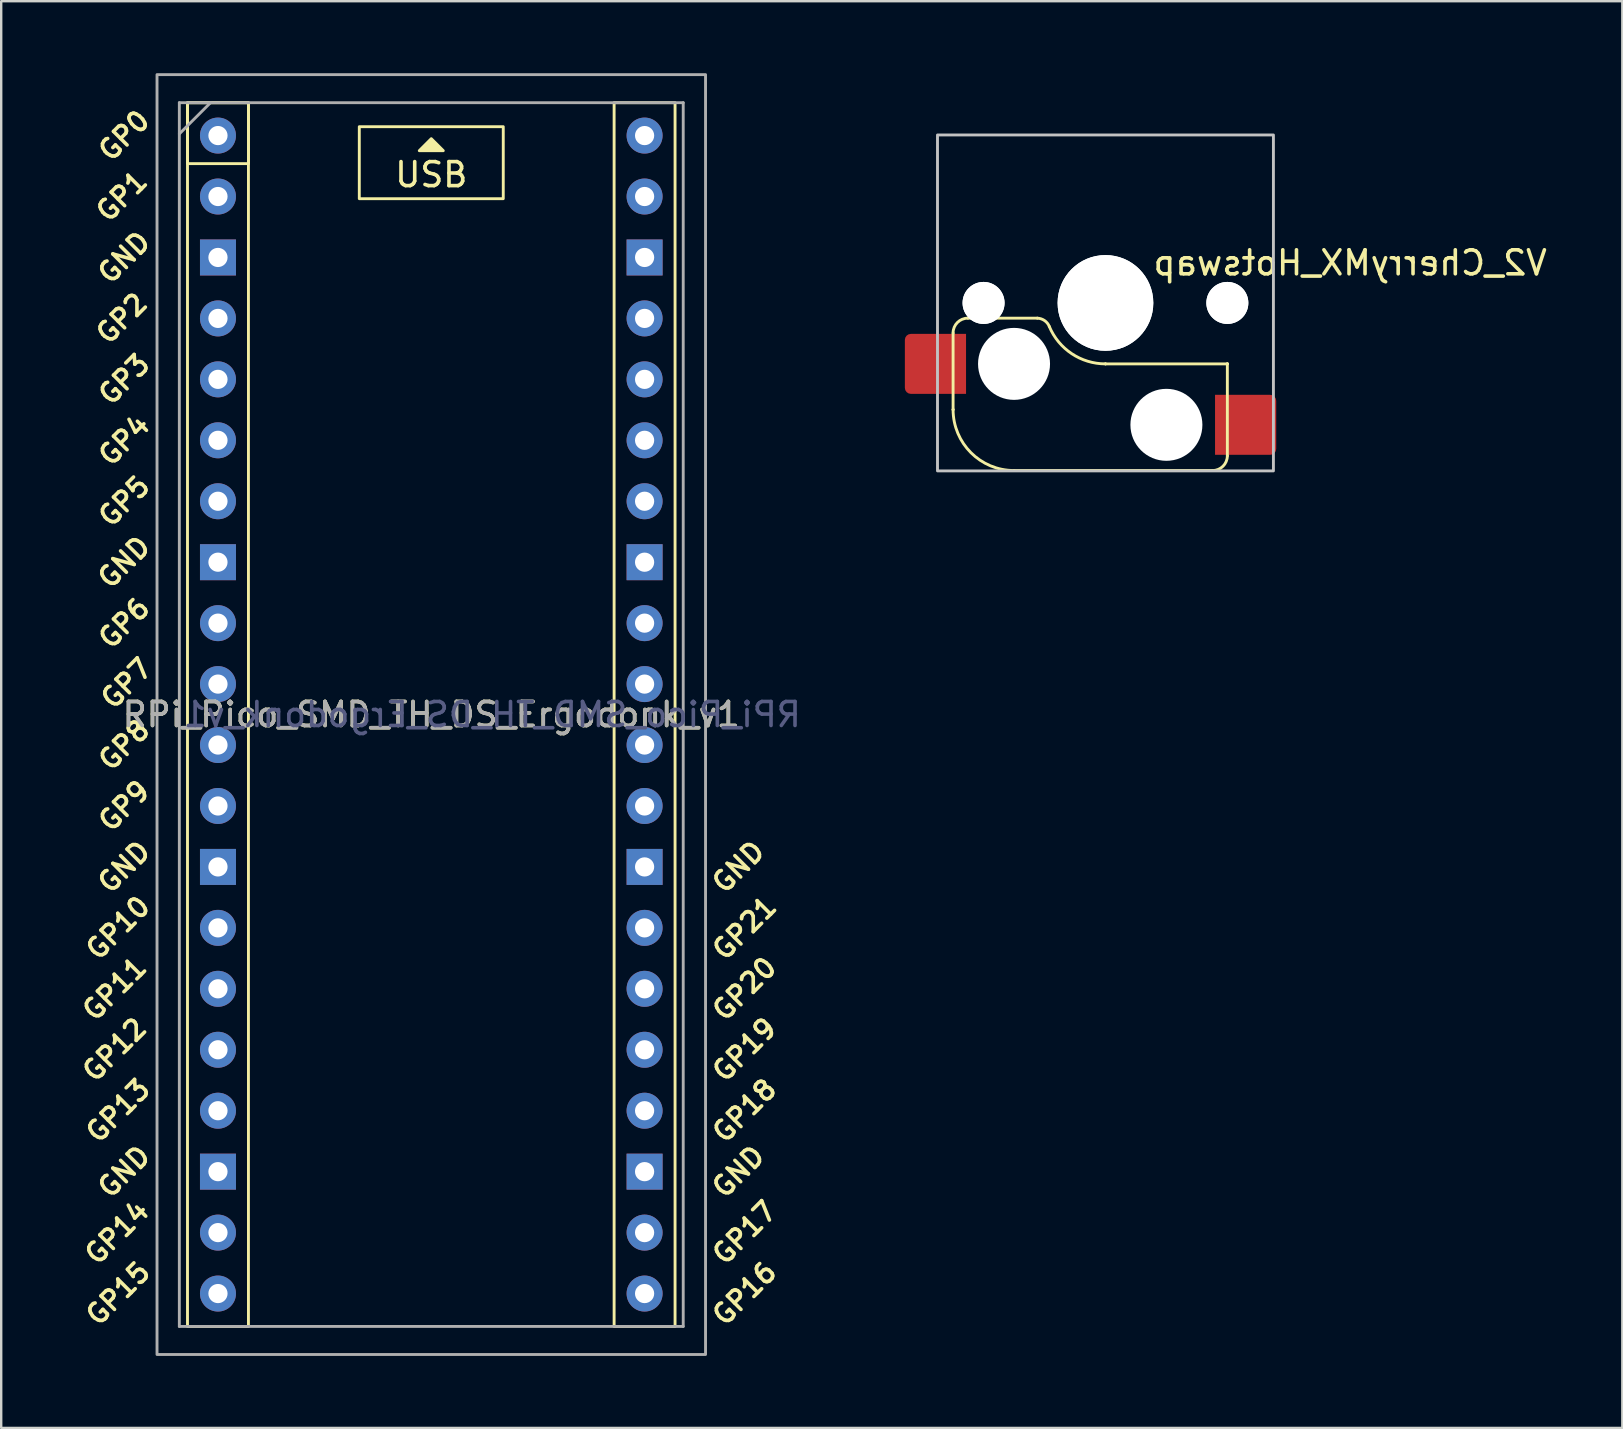
<source format=kicad_pcb>
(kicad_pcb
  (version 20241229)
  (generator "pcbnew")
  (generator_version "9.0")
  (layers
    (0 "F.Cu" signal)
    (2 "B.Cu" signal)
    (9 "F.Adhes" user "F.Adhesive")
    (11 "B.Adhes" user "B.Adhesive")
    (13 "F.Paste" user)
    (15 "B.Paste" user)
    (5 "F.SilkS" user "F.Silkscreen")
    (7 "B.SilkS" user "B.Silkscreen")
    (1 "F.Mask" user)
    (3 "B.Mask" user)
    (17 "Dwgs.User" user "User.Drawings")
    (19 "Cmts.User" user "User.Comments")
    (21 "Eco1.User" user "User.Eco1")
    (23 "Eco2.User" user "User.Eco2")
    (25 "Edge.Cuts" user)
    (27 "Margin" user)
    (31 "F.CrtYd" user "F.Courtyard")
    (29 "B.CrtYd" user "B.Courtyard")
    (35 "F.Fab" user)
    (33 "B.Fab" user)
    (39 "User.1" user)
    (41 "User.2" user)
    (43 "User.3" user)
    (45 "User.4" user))
  (footprint "RPi_Pico_SMD_TH_DS_Ergodonk_v1"
    (layer "F.Cu")
    (at 14.851 26.73)
    (property "Reference" "RPi_Pico_SMD_TH_DS_Ergodonk_v1" (at 0.073 0 0) (layer "F.SilkS") (effects (font (size 1 1) (thickness 0.15))))
    (attr through_hole)
    (fp_rect (start -10.087 -25.5) (end -7.547 -22.96) (stroke (width 0.12) (type default)) (fill no) (layer "F.SilkS"))
    (fp_rect (start -10.087 -25.5) (end -7.547 25.5) (stroke (width 0.12) (type default)) (fill no) (layer "F.SilkS"))
    (fp_rect (start -2.927 -24.5) (end 3.073 -21.5) (stroke (width 0.12) (type solid)) (fill no) (layer "F.SilkS"))
    (fp_rect (start 7.693 -25.5) (end 10.233 25.5) (stroke (width 0.12) (type default)) (fill no) (layer "F.SilkS"))
    (fp_poly (pts (xy 0.573 -23.5) (xy -0.427 -23.5) (xy 0.073 -24)) (stroke (width 0.12) (type solid)) (fill yes) (layer "F.SilkS"))
    (fp_line (start -10.427 -25.5) (end 10.573 -25.5) (stroke (width 0.12) (type solid)) (layer "F.Fab"))
    (fp_line (start -10.427 -24.2) (end -9.127 -25.5) (stroke (width 0.12) (type solid)) (layer "F.Fab"))
    (fp_line (start -10.427 25.5) (end -10.427 -25.5) (stroke (width 0.12) (type solid)) (layer "F.Fab"))
    (fp_line (start 10.573 -25.5) (end 10.573 25.5) (stroke (width 0.12) (type solid)) (layer "F.Fab"))
    (fp_line (start 10.573 25.5) (end -10.427 25.5) (stroke (width 0.12) (type solid)) (layer "F.Fab"))
    (fp_rect (start -11.357 -26.67) (end 11.503 26.67) (stroke (width 0.12) (type solid)) (fill no) (layer "F.Fab"))
    (fp_text user "GND" (at 12.873 6.35 45) (layer "F.SilkS") (effects (font (size 0.8 0.8) (thickness 0.15))))
    (fp_text user "GP11" (at -13.127 11.43 45) (layer "F.SilkS") (effects (font (size 0.8 0.8) (thickness 0.15))))
    (fp_text user "GP17" (at 13.127 21.59 45) (layer "F.SilkS") (effects (font (size 0.8 0.8) (thickness 0.15))))
    (fp_text user "GND" (at -12.727 6.35 45) (layer "F.SilkS") (effects (font (size 0.8 0.8) (thickness 0.15))))
    (fp_text user "GND" (at -12.727 19.05 45) (layer "F.SilkS") (effects (font (size 0.8 0.8) (thickness 0.15))))
    (fp_text user "GP7" (at -12.627 -1.3 45) (layer "F.SilkS") (effects (font (size 0.8 0.8) (thickness 0.15))))
    (fp_text user "GP4" (at -12.727 -11.43 45) (layer "F.SilkS") (effects (font (size 0.8 0.8) (thickness 0.15))))
    (fp_text user "GP10" (at -12.981 8.89 45) (layer "F.SilkS") (effects (font (size 0.8 0.8) (thickness 0.15))))
    (fp_text user "GND" (at 12.873 19.05 45) (layer "F.SilkS") (effects (font (size 0.8 0.8) (thickness 0.15))))
    (fp_text user "USB" (at 0.073 -22.5 0) (unlocked yes) (layer "F.SilkS") (effects (font (size 1 1) (thickness 0.15))))
    (fp_text user "GP9" (at -12.727 3.81 45) (layer "F.SilkS") (effects (font (size 0.8 0.8) (thickness 0.15))))
    (fp_text user "GP1" (at -12.827 -21.6 45) (layer "F.SilkS") (effects (font (size 0.8 0.8) (thickness 0.15))))
    (fp_text user "GND" (at -12.727 -19.05 45) (layer "F.SilkS") (effects (font (size 0.8 0.8) (thickness 0.15))))
    (fp_text user "GP8" (at -12.727 1.27 45) (layer "F.SilkS") (effects (font (size 0.8 0.8) (thickness 0.15))))
    (fp_text user "GP16" (at 13.127 24.13 45) (layer "F.SilkS") (effects (font (size 0.8 0.8) (thickness 0.15))))
    (fp_text user "GP13" (at -12.981 16.51 45) (layer "F.SilkS") (effects (font (size 0.8 0.8) (thickness 0.15))))
    (fp_text user "GP19" (at 13.127 13.97 45) (layer "F.SilkS") (effects (font (size 0.8 0.8) (thickness 0.15))))
    (fp_text user "GP14" (at -13.027 21.59 45) (layer "F.SilkS") (effects (font (size 0.8 0.8) (thickness 0.15))))
    (fp_text user "GP21" (at 13.127 8.9 45) (layer "F.SilkS") (effects (font (size 0.8 0.8) (thickness 0.15))))
    (fp_text user "GP18" (at 13.127 16.51 45) (layer "F.SilkS") (effects (font (size 0.8 0.8) (thickness 0.15))))
    (fp_text user "GP20" (at 13.127 11.43 45) (layer "F.SilkS") (effects (font (size 0.8 0.8) (thickness 0.15))))
    (fp_text user "GP12" (at -13.127 13.97 45) (layer "F.SilkS") (effects (font (size 0.8 0.8) (thickness 0.15))))
    (fp_text user "GP0" (at -12.727 -24.13 45) (layer "F.SilkS") (effects (font (size 0.8 0.8) (thickness 0.15))))
    (fp_text user "GP15" (at -12.981 24.13 45) (layer "F.SilkS") (effects (font (size 0.8 0.8) (thickness 0.15))))
    (fp_text user "GP3" (at -12.727 -13.97 45) (layer "F.SilkS") (effects (font (size 0.8 0.8) (thickness 0.15))))
    (fp_text user "GP5" (at -12.727 -8.89 45) (layer "F.SilkS") (effects (font (size 0.8 0.8) (thickness 0.15))))
    (fp_text user "GND" (at -12.727 -6.35 45) (layer "F.SilkS") (effects (font (size 0.8 0.8) (thickness 0.15))))
    (fp_text user "GP6" (at -12.727 -3.81 45) (layer "F.SilkS") (effects (font (size 0.8 0.8) (thickness 0.15))))
    (fp_text user "GP2" (at -12.827 -16.51 45) (layer "F.SilkS") (effects (font (size 0.8 0.8) (thickness 0.15))))
    (fp_text user "${REFERENCE}" (at 2.613 0 180) (layer "B.Fab") (effects (font (size 1 1) (thickness 0.15)) (justify mirror)))
    (fp_text user "${REFERENCE}" (at 0.073 0 180) (layer "F.Fab") (effects (font (size 1 1) (thickness 0.15))))
    (pad "1" thru_hole circle (at -8.817 -24.13) (size 1.5 1.5) (drill 0.8) (layers "*.Cu" "B.Mask"))
    (pad "2" thru_hole circle (at -8.817 -21.59) (size 1.5 1.5) (drill 0.8) (layers "*.Cu" "B.Mask"))
    (pad "3" thru_hole rect (at -8.817 -19.05) (size 1.5 1.5) (drill 0.8) (layers "*.Cu" "B.Mask"))
    (pad "4" thru_hole circle (at -8.817 -16.51) (size 1.5 1.5) (drill 0.8) (layers "*.Cu" "B.Mask"))
    (pad "5" thru_hole circle (at -8.817 -13.97) (size 1.5 1.5) (drill 0.8) (layers "*.Cu" "B.Mask"))
    (pad "6" thru_hole circle (at -8.817 -11.43) (size 1.5 1.5) (drill 0.8) (layers "*.Cu" "B.Mask"))
    (pad "7" thru_hole circle (at -8.817 -8.89) (size 1.5 1.5) (drill 0.8) (layers "*.Cu" "B.Mask"))
    (pad "8" thru_hole rect (at -8.817 -6.35) (size 1.5 1.5) (drill 0.8) (layers "*.Cu" "B.Mask"))
    (pad "9" thru_hole circle (at -8.817 -3.81) (size 1.5 1.5) (drill 0.8) (layers "*.Cu" "B.Mask"))
    (pad "10" thru_hole circle (at -8.817 -1.27) (size 1.5 1.5) (drill 0.8) (layers "*.Cu" "B.Mask"))
    (pad "11" thru_hole circle (at -8.817 1.27) (size 1.5 1.5) (drill 0.8) (layers "*.Cu" "B.Mask"))
    (pad "12" thru_hole circle (at -8.817 3.81) (size 1.5 1.5) (drill 0.8) (layers "*.Cu" "B.Mask"))
    (pad "13" thru_hole rect (at -8.817 6.35) (size 1.5 1.5) (drill 0.8) (layers "*.Cu" "B.Mask"))
    (pad "14" thru_hole circle (at -8.817 8.89) (size 1.5 1.5) (drill 0.8) (layers "*.Cu" "B.Mask"))
    (pad "15" thru_hole circle (at -8.817 11.43) (size 1.5 1.5) (drill 0.8) (layers "*.Cu" "B.Mask"))
    (pad "16" thru_hole circle (at -8.817 13.97) (size 1.5 1.5) (drill 0.8) (layers "*.Cu" "B.Mask"))
    (pad "17" thru_hole circle (at -8.817 16.51) (size 1.5 1.5) (drill 0.8) (layers "*.Cu" "B.Mask"))
    (pad "18" thru_hole rect (at -8.817 19.05) (size 1.5 1.5) (drill 0.8) (layers "*.Cu" "B.Mask"))
    (pad "19" thru_hole circle (at -8.817 21.59) (size 1.5 1.5) (drill 0.8) (layers "*.Cu" "B.Mask"))
    (pad "20" thru_hole circle (at -8.817 24.13) (size 1.5 1.5) (drill 0.8) (layers "*.Cu" "B.Mask"))
    (pad "21" thru_hole circle (at 8.963 24.13) (size 1.5 1.5) (drill 0.8) (layers "*.Cu" "B.Mask"))
    (pad "22" thru_hole circle (at 8.963 21.59) (size 1.5 1.5) (drill 0.8) (layers "*.Cu" "B.Mask"))
    (pad "23" thru_hole rect (at 8.963 19.05) (size 1.5 1.5) (drill 0.8) (layers "*.Cu" "B.Mask"))
    (pad "24" thru_hole circle (at 8.963 16.51) (size 1.5 1.5) (drill 0.8) (layers "*.Cu" "B.Mask"))
    (pad "25" thru_hole circle (at 8.963 13.97) (size 1.5 1.5) (drill 0.8) (layers "*.Cu" "B.Mask"))
    (pad "26" thru_hole circle (at 8.963 11.43) (size 1.5 1.5) (drill 0.8) (layers "*.Cu" "B.Mask"))
    (pad "27" thru_hole circle (at 8.963 8.89) (size 1.5 1.5) (drill 0.8) (layers "*.Cu" "B.Mask"))
    (pad "28" thru_hole rect (at 8.963 6.35) (size 1.5 1.5) (drill 0.8) (layers "*.Cu" "B.Mask"))
    (pad "29" thru_hole circle (at 8.963 3.81) (size 1.5 1.5) (drill 0.8) (layers "*.Cu" "B.Mask"))
    (pad "30" thru_hole circle (at 8.963 1.27) (size 1.5 1.5) (drill 0.8) (layers "*.Cu" "B.Mask"))
    (pad "31" thru_hole circle (at 8.963 -1.27) (size 1.5 1.5) (drill 0.8) (layers "*.Cu" "B.Mask"))
    (pad "32" thru_hole circle (at 8.963 -3.81) (size 1.5 1.5) (drill 0.8) (layers "*.Cu" "B.Mask"))
    (pad "33" thru_hole rect (at 8.963 -6.35) (size 1.5 1.5) (drill 0.8) (layers "*.Cu" "B.Mask"))
    (pad "34" thru_hole circle (at 8.963 -8.89) (size 1.5 1.5) (drill 0.8) (layers "*.Cu" "B.Mask"))
    (pad "35" thru_hole circle (at 8.963 -11.43) (size 1.5 1.5) (drill 0.8) (layers "*.Cu" "B.Mask"))
    (pad "36" thru_hole circle (at 8.963 -13.97) (size 1.5 1.5) (drill 0.8) (layers "*.Cu" "B.Mask"))
    (pad "37" thru_hole circle (at 8.963 -16.51) (size 1.5 1.5) (drill 0.8) (layers "*.Cu" "B.Mask"))
    (pad "38" thru_hole rect (at 8.963 -19.05) (size 1.5 1.5) (drill 0.8) (layers "*.Cu" "B.Mask"))
    (pad "39" thru_hole circle (at 8.963 -21.59) (size 1.5 1.5) (drill 0.8) (layers "*.Cu" "B.Mask"))
    (pad "40" thru_hole circle (at 8.963 -24.13) (size 1.5 1.5) (drill 0.8) (layers "*.Cu" "B.Mask")))
  (footprint "V2_CherryMX_Hotswap"
    (layer "F.Cu")
    (at 43.021 9.575)
    (property "Reference" "V2_CherryMX_Hotswap" (at 1.91 -1.67 180) (layer "F.SilkS") (effects (font (size 1 1) (thickness 0.15)) (justify right mirror)))
    (attr through_hole)
    (fp_line (start -6.35 4.445) (end -6.35 1.26) (stroke (width 0.12) (type solid)) (layer "F.SilkS"))
    (fp_line (start -6.35 4.445) (end -6.35 4.445) (stroke (width 0.12) (type solid)) (layer "F.SilkS"))
    (fp_line (start -5.73 0.635) (end -2.84 0.635) (stroke (width 0.12) (type solid)) (layer "F.SilkS"))
    (fp_line (start -3.81 6.985) (end -3.81 6.985) (stroke (width 0.12) (type solid)) (layer "F.SilkS"))
    (fp_line (start -3.81 6.985) (end 4.46 6.985) (stroke (width 0.12) (type solid)) (layer "F.SilkS"))
    (fp_line (start 0 2.54) (end 0 2.54) (stroke (width 0.12) (type solid)) (layer "F.SilkS"))
    (fp_line (start 0 2.54) (end 5.08 2.54) (stroke (width 0.12) (type solid)) (layer "F.SilkS"))
    (fp_line (start 5.08 2.54) (end 5.08 2.54) (stroke (width 0.12) (type solid)) (layer "F.SilkS"))
    (fp_line (start 5.08 2.54) (end 5.08 2.54) (stroke (width 0.12) (type solid)) (layer "F.SilkS"))
    (fp_line (start 5.08 6.37) (end 5.08 2.54) (stroke (width 0.12) (type solid)) (layer "F.SilkS"))
    (fp_arc (start -6.35 1.25) (mid -6.169871 0.815129) (end -5.735 0.635) (stroke (width 0.12) (type default)) (layer "F.SilkS"))
    (fp_arc (start -3.81 6.985) (mid -5.606051 6.241051) (end -6.35 4.445) (stroke (width 0.12) (type solid)) (layer "F.SilkS"))
    (fp_arc (start -2.840072 0.635) (mid -2.539136 0.734324) (end -2.34 0.980845) (stroke (width 0.12) (type default)) (layer "F.SilkS"))
    (fp_arc (start 0 2.54) (mid -1.405313 2.115202) (end -2.34 0.983072) (stroke (width 0.12) (type solid)) (layer "F.SilkS"))
    (fp_arc (start 5.080129 6.37) (mid 4.9 6.804871) (end 4.465129 6.985) (stroke (width 0.12) (type default)) (layer "F.SilkS"))
    (fp_rect (start -7 -7) (end 7 7) (stroke (width 0.12) (type default)) (fill no) (layer "Dwgs.User"))
    (fp_line (start -9.525 9.525) (end -9.525 -9.525) (stroke (width 0.1) (type solid)) (layer "User.2"))
    (fp_line (start 9.525 -9.525) (end -9.525 -9.525) (stroke (width 0.1) (type solid)) (layer "User.2"))
    (fp_line (start 9.525 9.525) (end -9.525 9.525) (stroke (width 0.1) (type solid)) (layer "User.2"))
    (fp_line (start 9.525 9.525) (end 9.525 -9.525) (stroke (width 0.1) (type solid)) (layer "User.2"))
    (pad "" np_thru_hole circle (at -5.08 0 180) (size 1.75 1.75) (drill 1.75) (layers "*.Cu" "*.Mask"))
    (pad "" np_thru_hole circle (at -5.08 0 180) (size 1.75 1.75) (drill 1.75) (layers "*.Cu" "*.Mask"))
    (pad "" np_thru_hole circle (at -3.81 2.54 180) (size 3 3) (drill 3) (layers "*.Cu" "*.Mask"))
    (pad "" np_thru_hole circle (at 0 0 180) (size 3.988 3.988) (drill 3.988) (layers "*.Cu" "*.Mask"))
    (pad "" np_thru_hole circle (at 0 0 180) (size 3.988 3.988) (drill 3.988) (layers "*.Cu" "*.Mask"))
    (pad "" np_thru_hole circle (at 2.54 5.08 180) (size 3 3) (drill 3) (layers "*.Cu" "*.Mask"))
    (pad "" np_thru_hole circle (at 5.08 0 180) (size 1.75 1.75) (drill 1.75) (layers "*.Cu" "*.Mask"))
    (pad "" np_thru_hole circle (at 5.08 0 180) (size 1.75 1.75) (drill 1.75) (layers "*.Cu" "*.Mask"))
    (pad "1" smd roundrect (at -7.085 2.54 180) (size 2.55 2.5) (layers "F.Cu" "F.Mask" "F.Paste") (roundrect_rratio 0.1) (chamfer_ratio 0) (chamfer top_left bottom_left))
    (pad "2" smd roundrect (at 5.842 5.08 180) (size 2.55 2.5) (layers "F.Cu" "F.Mask" "F.Paste") (roundrect_rratio 0.1) (chamfer_ratio 0) (chamfer top_right bottom_right)))
  (gr_rect
    (start -3 -3)
    (end 64.562 56.46)
    (stroke (width 0.1) (type default))
    (fill no)
    (layer "Edge.Cuts")))
</source>
